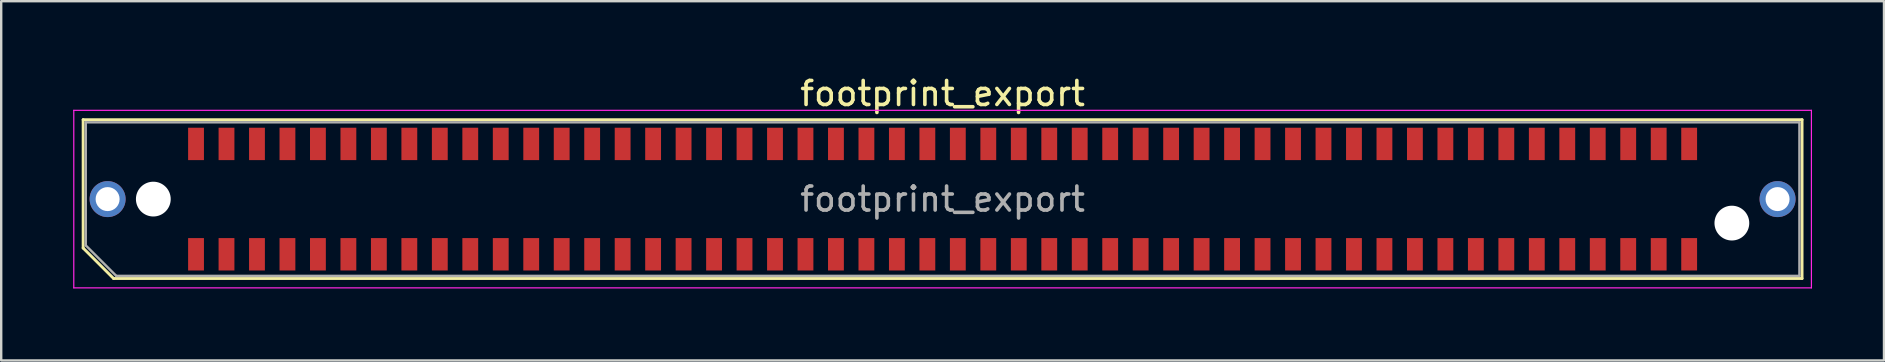
<source format=kicad_pcb>
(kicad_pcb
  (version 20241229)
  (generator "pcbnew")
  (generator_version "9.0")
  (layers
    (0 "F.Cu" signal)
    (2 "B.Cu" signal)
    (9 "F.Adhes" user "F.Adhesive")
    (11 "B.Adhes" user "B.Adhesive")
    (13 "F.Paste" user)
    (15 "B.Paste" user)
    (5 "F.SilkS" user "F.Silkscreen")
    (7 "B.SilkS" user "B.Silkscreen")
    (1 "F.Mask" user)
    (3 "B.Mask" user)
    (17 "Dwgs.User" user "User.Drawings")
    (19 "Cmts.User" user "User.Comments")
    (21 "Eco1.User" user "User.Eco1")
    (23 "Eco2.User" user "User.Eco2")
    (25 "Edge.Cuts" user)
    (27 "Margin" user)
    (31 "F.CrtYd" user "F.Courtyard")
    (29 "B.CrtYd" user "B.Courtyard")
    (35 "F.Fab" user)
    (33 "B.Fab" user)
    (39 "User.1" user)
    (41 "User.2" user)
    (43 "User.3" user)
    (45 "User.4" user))
  (footprint "footprint_export"
    (layer "F.Cu")
    (at 36.235 5.248)
    (property "Reference" "footprint_export" (at 0 -4.4 0) (layer "F.SilkS") (effects (font (size 1 1) (thickness 0.15))))
    (attr smd)
    (fp_line (start -35.82 -3.31) (end 35.82 -3.31) (stroke (width 0.12) (type solid)) (layer "F.SilkS"))
    (fp_line (start -35.82 2.04) (end -35.82 -3.31) (stroke (width 0.12) (type solid)) (layer "F.SilkS"))
    (fp_line (start -34.55 3.31) (end -35.82 2.04) (stroke (width 0.12) (type solid)) (layer "F.SilkS"))
    (fp_line (start -34.55 3.31) (end 35.82 3.31) (stroke (width 0.12) (type solid)) (layer "F.SilkS"))
    (fp_line (start 35.82 3.31) (end 35.82 -3.31) (stroke (width 0.12) (type solid)) (layer "F.SilkS"))
    (fp_line (start -36.21 -3.7) (end -36.21 3.7) (stroke (width 0.05) (type solid)) (layer "F.CrtYd"))
    (fp_line (start -36.21 3.7) (end 36.21 3.7) (stroke (width 0.05) (type solid)) (layer "F.CrtYd"))
    (fp_line (start 36.21 -3.7) (end -36.21 -3.7) (stroke (width 0.05) (type solid)) (layer "F.CrtYd"))
    (fp_line (start 36.21 3.7) (end 36.21 -3.7) (stroke (width 0.05) (type solid)) (layer "F.CrtYd"))
    (fp_line (start -35.71 -3.2) (end 35.71 -3.2) (stroke (width 0.1) (type solid)) (layer "F.Fab"))
    (fp_line (start -35.71 1.93) (end -35.71 -3.2) (stroke (width 0.1) (type solid)) (layer "F.Fab"))
    (fp_line (start -35.71 1.93) (end -34.44 3.2) (stroke (width 0.1) (type solid)) (layer "F.Fab"))
    (fp_line (start -34.44 3.2) (end 35.71 3.2) (stroke (width 0.1) (type solid)) (layer "F.Fab"))
    (fp_line (start 35.71 3.2) (end 35.71 -3.2) (stroke (width 0.1) (type solid)) (layer "F.Fab"))
    (fp_text user "${REFERENCE}" (at 0 0 0) (layer "F.Fab") (effects (font (size 1 1) (thickness 0.15))))
    (pad "" thru_hole circle (at -34.8 0) (size 1.5 1.5) (drill 1) (layers "*.Cu" "*.Mask"))
    (pad "" np_thru_hole circle (at -32.895 0) (size 1.45 1.45) (drill 1.45) (layers "*.Cu" "*.Mask"))
    (pad "" np_thru_hole circle (at 32.895 1) (size 1.45 1.45) (drill 1.45) (layers "*.Cu" "*.Mask"))
    (pad "" thru_hole circle (at 34.8 0) (size 1.5 1.5) (drill 1) (layers "*.Cu" "*.Mask"))
    (pad "1" smd rect (at -31.115 2.3) (size 0.66 1.35) (layers "F.Cu" "F.Mask" "F.Paste"))
    (pad "2" smd rect (at -31.115 -2.3) (size 0.66 1.35) (layers "F.Cu" "F.Mask" "F.Paste"))
    (pad "3" smd rect (at -29.845 2.3) (size 0.66 1.35) (layers "F.Cu" "F.Mask" "F.Paste"))
    (pad "4" smd rect (at -29.845 -2.3) (size 0.66 1.35) (layers "F.Cu" "F.Mask" "F.Paste"))
    (pad "5" smd rect (at -28.575 2.3) (size 0.66 1.35) (layers "F.Cu" "F.Mask" "F.Paste"))
    (pad "6" smd rect (at -28.575 -2.3) (size 0.66 1.35) (layers "F.Cu" "F.Mask" "F.Paste"))
    (pad "7" smd rect (at -27.305 2.3) (size 0.66 1.35) (layers "F.Cu" "F.Mask" "F.Paste"))
    (pad "8" smd rect (at -27.305 -2.3) (size 0.66 1.35) (layers "F.Cu" "F.Mask" "F.Paste"))
    (pad "9" smd rect (at -26.035 2.3) (size 0.66 1.35) (layers "F.Cu" "F.Mask" "F.Paste"))
    (pad "10" smd rect (at -26.035 -2.3) (size 0.66 1.35) (layers "F.Cu" "F.Mask" "F.Paste"))
    (pad "11" smd rect (at -24.765 2.3) (size 0.66 1.35) (layers "F.Cu" "F.Mask" "F.Paste"))
    (pad "12" smd rect (at -24.765 -2.3) (size 0.66 1.35) (layers "F.Cu" "F.Mask" "F.Paste"))
    (pad "13" smd rect (at -23.495 2.3) (size 0.66 1.35) (layers "F.Cu" "F.Mask" "F.Paste"))
    (pad "14" smd rect (at -23.495 -2.3) (size 0.66 1.35) (layers "F.Cu" "F.Mask" "F.Paste"))
    (pad "15" smd rect (at -22.225 2.3) (size 0.66 1.35) (layers "F.Cu" "F.Mask" "F.Paste"))
    (pad "16" smd rect (at -22.225 -2.3) (size 0.66 1.35) (layers "F.Cu" "F.Mask" "F.Paste"))
    (pad "17" smd rect (at -20.955 2.3) (size 0.66 1.35) (layers "F.Cu" "F.Mask" "F.Paste"))
    (pad "18" smd rect (at -20.955 -2.3) (size 0.66 1.35) (layers "F.Cu" "F.Mask" "F.Paste"))
    (pad "19" smd rect (at -19.685 2.3) (size 0.66 1.35) (layers "F.Cu" "F.Mask" "F.Paste"))
    (pad "20" smd rect (at -19.685 -2.3) (size 0.66 1.35) (layers "F.Cu" "F.Mask" "F.Paste"))
    (pad "21" smd rect (at -18.415 2.3) (size 0.66 1.35) (layers "F.Cu" "F.Mask" "F.Paste"))
    (pad "22" smd rect (at -18.415 -2.3) (size 0.66 1.35) (layers "F.Cu" "F.Mask" "F.Paste"))
    (pad "23" smd rect (at -17.145 2.3) (size 0.66 1.35) (layers "F.Cu" "F.Mask" "F.Paste"))
    (pad "24" smd rect (at -17.145 -2.3) (size 0.66 1.35) (layers "F.Cu" "F.Mask" "F.Paste"))
    (pad "25" smd rect (at -15.875 2.3) (size 0.66 1.35) (layers "F.Cu" "F.Mask" "F.Paste"))
    (pad "26" smd rect (at -15.875 -2.3) (size 0.66 1.35) (layers "F.Cu" "F.Mask" "F.Paste"))
    (pad "27" smd rect (at -14.605 2.3) (size 0.66 1.35) (layers "F.Cu" "F.Mask" "F.Paste"))
    (pad "28" smd rect (at -14.605 -2.3) (size 0.66 1.35) (layers "F.Cu" "F.Mask" "F.Paste"))
    (pad "29" smd rect (at -13.335 2.3) (size 0.66 1.35) (layers "F.Cu" "F.Mask" "F.Paste"))
    (pad "30" smd rect (at -13.335 -2.3) (size 0.66 1.35) (layers "F.Cu" "F.Mask" "F.Paste"))
    (pad "31" smd rect (at -12.065 2.3) (size 0.66 1.35) (layers "F.Cu" "F.Mask" "F.Paste"))
    (pad "32" smd rect (at -12.065 -2.3) (size 0.66 1.35) (layers "F.Cu" "F.Mask" "F.Paste"))
    (pad "33" smd rect (at -10.795 2.3) (size 0.66 1.35) (layers "F.Cu" "F.Mask" "F.Paste"))
    (pad "34" smd rect (at -10.795 -2.3) (size 0.66 1.35) (layers "F.Cu" "F.Mask" "F.Paste"))
    (pad "35" smd rect (at -9.525 2.3) (size 0.66 1.35) (layers "F.Cu" "F.Mask" "F.Paste"))
    (pad "36" smd rect (at -9.525 -2.3) (size 0.66 1.35) (layers "F.Cu" "F.Mask" "F.Paste"))
    (pad "37" smd rect (at -8.255 2.3) (size 0.66 1.35) (layers "F.Cu" "F.Mask" "F.Paste"))
    (pad "38" smd rect (at -8.255 -2.3) (size 0.66 1.35) (layers "F.Cu" "F.Mask" "F.Paste"))
    (pad "39" smd rect (at -6.985 2.3) (size 0.66 1.35) (layers "F.Cu" "F.Mask" "F.Paste"))
    (pad "40" smd rect (at -6.985 -2.3) (size 0.66 1.35) (layers "F.Cu" "F.Mask" "F.Paste"))
    (pad "41" smd rect (at -5.715 2.3) (size 0.66 1.35) (layers "F.Cu" "F.Mask" "F.Paste"))
    (pad "42" smd rect (at -5.715 -2.3) (size 0.66 1.35) (layers "F.Cu" "F.Mask" "F.Paste"))
    (pad "43" smd rect (at -4.445 2.3) (size 0.66 1.35) (layers "F.Cu" "F.Mask" "F.Paste"))
    (pad "44" smd rect (at -4.445 -2.3) (size 0.66 1.35) (layers "F.Cu" "F.Mask" "F.Paste"))
    (pad "45" smd rect (at -3.175 2.3) (size 0.66 1.35) (layers "F.Cu" "F.Mask" "F.Paste"))
    (pad "46" smd rect (at -3.175 -2.3) (size 0.66 1.35) (layers "F.Cu" "F.Mask" "F.Paste"))
    (pad "47" smd rect (at -1.905 2.3) (size 0.66 1.35) (layers "F.Cu" "F.Mask" "F.Paste"))
    (pad "48" smd rect (at -1.905 -2.3) (size 0.66 1.35) (layers "F.Cu" "F.Mask" "F.Paste"))
    (pad "49" smd rect (at -0.635 2.3) (size 0.66 1.35) (layers "F.Cu" "F.Mask" "F.Paste"))
    (pad "50" smd rect (at -0.635 -2.3) (size 0.66 1.35) (layers "F.Cu" "F.Mask" "F.Paste"))
    (pad "51" smd rect (at 0.635 2.3) (size 0.66 1.35) (layers "F.Cu" "F.Mask" "F.Paste"))
    (pad "52" smd rect (at 0.635 -2.3) (size 0.66 1.35) (layers "F.Cu" "F.Mask" "F.Paste"))
    (pad "53" smd rect (at 1.905 2.3) (size 0.66 1.35) (layers "F.Cu" "F.Mask" "F.Paste"))
    (pad "54" smd rect (at 1.905 -2.3) (size 0.66 1.35) (layers "F.Cu" "F.Mask" "F.Paste"))
    (pad "55" smd rect (at 3.175 2.3) (size 0.66 1.35) (layers "F.Cu" "F.Mask" "F.Paste"))
    (pad "56" smd rect (at 3.175 -2.3) (size 0.66 1.35) (layers "F.Cu" "F.Mask" "F.Paste"))
    (pad "57" smd rect (at 4.445 2.3) (size 0.66 1.35) (layers "F.Cu" "F.Mask" "F.Paste"))
    (pad "58" smd rect (at 4.445 -2.3) (size 0.66 1.35) (layers "F.Cu" "F.Mask" "F.Paste"))
    (pad "59" smd rect (at 5.715 2.3) (size 0.66 1.35) (layers "F.Cu" "F.Mask" "F.Paste"))
    (pad "60" smd rect (at 5.715 -2.3) (size 0.66 1.35) (layers "F.Cu" "F.Mask" "F.Paste"))
    (pad "61" smd rect (at 6.985 2.3) (size 0.66 1.35) (layers "F.Cu" "F.Mask" "F.Paste"))
    (pad "62" smd rect (at 6.985 -2.3) (size 0.66 1.35) (layers "F.Cu" "F.Mask" "F.Paste"))
    (pad "63" smd rect (at 8.255 2.3) (size 0.66 1.35) (layers "F.Cu" "F.Mask" "F.Paste"))
    (pad "64" smd rect (at 8.255 -2.3) (size 0.66 1.35) (layers "F.Cu" "F.Mask" "F.Paste"))
    (pad "65" smd rect (at 9.525 2.3) (size 0.66 1.35) (layers "F.Cu" "F.Mask" "F.Paste"))
    (pad "66" smd rect (at 9.525 -2.3) (size 0.66 1.35) (layers "F.Cu" "F.Mask" "F.Paste"))
    (pad "67" smd rect (at 10.795 2.3) (size 0.66 1.35) (layers "F.Cu" "F.Mask" "F.Paste"))
    (pad "68" smd rect (at 10.795 -2.3) (size 0.66 1.35) (layers "F.Cu" "F.Mask" "F.Paste"))
    (pad "69" smd rect (at 12.065 2.3) (size 0.66 1.35) (layers "F.Cu" "F.Mask" "F.Paste"))
    (pad "70" smd rect (at 12.065 -2.3) (size 0.66 1.35) (layers "F.Cu" "F.Mask" "F.Paste"))
    (pad "71" smd rect (at 13.335 2.3) (size 0.66 1.35) (layers "F.Cu" "F.Mask" "F.Paste"))
    (pad "72" smd rect (at 13.335 -2.3) (size 0.66 1.35) (layers "F.Cu" "F.Mask" "F.Paste"))
    (pad "73" smd rect (at 14.605 2.3) (size 0.66 1.35) (layers "F.Cu" "F.Mask" "F.Paste"))
    (pad "74" smd rect (at 14.605 -2.3) (size 0.66 1.35) (layers "F.Cu" "F.Mask" "F.Paste"))
    (pad "75" smd rect (at 15.875 2.3) (size 0.66 1.35) (layers "F.Cu" "F.Mask" "F.Paste"))
    (pad "76" smd rect (at 15.875 -2.3) (size 0.66 1.35) (layers "F.Cu" "F.Mask" "F.Paste"))
    (pad "77" smd rect (at 17.145 2.3) (size 0.66 1.35) (layers "F.Cu" "F.Mask" "F.Paste"))
    (pad "78" smd rect (at 17.145 -2.3) (size 0.66 1.35) (layers "F.Cu" "F.Mask" "F.Paste"))
    (pad "79" smd rect (at 18.415 2.3) (size 0.66 1.35) (layers "F.Cu" "F.Mask" "F.Paste"))
    (pad "80" smd rect (at 18.415 -2.3) (size 0.66 1.35) (layers "F.Cu" "F.Mask" "F.Paste"))
    (pad "81" smd rect (at 19.685 2.3) (size 0.66 1.35) (layers "F.Cu" "F.Mask" "F.Paste"))
    (pad "82" smd rect (at 19.685 -2.3) (size 0.66 1.35) (layers "F.Cu" "F.Mask" "F.Paste"))
    (pad "83" smd rect (at 20.955 2.3) (size 0.66 1.35) (layers "F.Cu" "F.Mask" "F.Paste"))
    (pad "84" smd rect (at 20.955 -2.3) (size 0.66 1.35) (layers "F.Cu" "F.Mask" "F.Paste"))
    (pad "85" smd rect (at 22.225 2.3) (size 0.66 1.35) (layers "F.Cu" "F.Mask" "F.Paste"))
    (pad "86" smd rect (at 22.225 -2.3) (size 0.66 1.35) (layers "F.Cu" "F.Mask" "F.Paste"))
    (pad "87" smd rect (at 23.495 2.3) (size 0.66 1.35) (layers "F.Cu" "F.Mask" "F.Paste"))
    (pad "88" smd rect (at 23.495 -2.3) (size 0.66 1.35) (layers "F.Cu" "F.Mask" "F.Paste"))
    (pad "89" smd rect (at 24.765 2.3) (size 0.66 1.35) (layers "F.Cu" "F.Mask" "F.Paste"))
    (pad "90" smd rect (at 24.765 -2.3) (size 0.66 1.35) (layers "F.Cu" "F.Mask" "F.Paste"))
    (pad "91" smd rect (at 26.035 2.3) (size 0.66 1.35) (layers "F.Cu" "F.Mask" "F.Paste"))
    (pad "92" smd rect (at 26.035 -2.3) (size 0.66 1.35) (layers "F.Cu" "F.Mask" "F.Paste"))
    (pad "93" smd rect (at 27.305 2.3) (size 0.66 1.35) (layers "F.Cu" "F.Mask" "F.Paste"))
    (pad "94" smd rect (at 27.305 -2.3) (size 0.66 1.35) (layers "F.Cu" "F.Mask" "F.Paste"))
    (pad "95" smd rect (at 28.575 2.3) (size 0.66 1.35) (layers "F.Cu" "F.Mask" "F.Paste"))
    (pad "96" smd rect (at 28.575 -2.3) (size 0.66 1.35) (layers "F.Cu" "F.Mask" "F.Paste"))
    (pad "97" smd rect (at 29.845 2.3) (size 0.66 1.35) (layers "F.Cu" "F.Mask" "F.Paste"))
    (pad "98" smd rect (at 29.845 -2.3) (size 0.66 1.35) (layers "F.Cu" "F.Mask" "F.Paste"))
    (pad "99" smd rect (at 31.115 2.3) (size 0.66 1.35) (layers "F.Cu" "F.Mask" "F.Paste"))
    (pad "100" smd rect (at 31.115 -2.3) (size 0.66 1.35) (layers "F.Cu" "F.Mask" "F.Paste")))
  (gr_rect
    (start -3 -3)
    (end 75.47 11.973)
    (stroke (width 0.1) (type default))
    (fill no)
    (layer "Edge.Cuts")))
</source>
